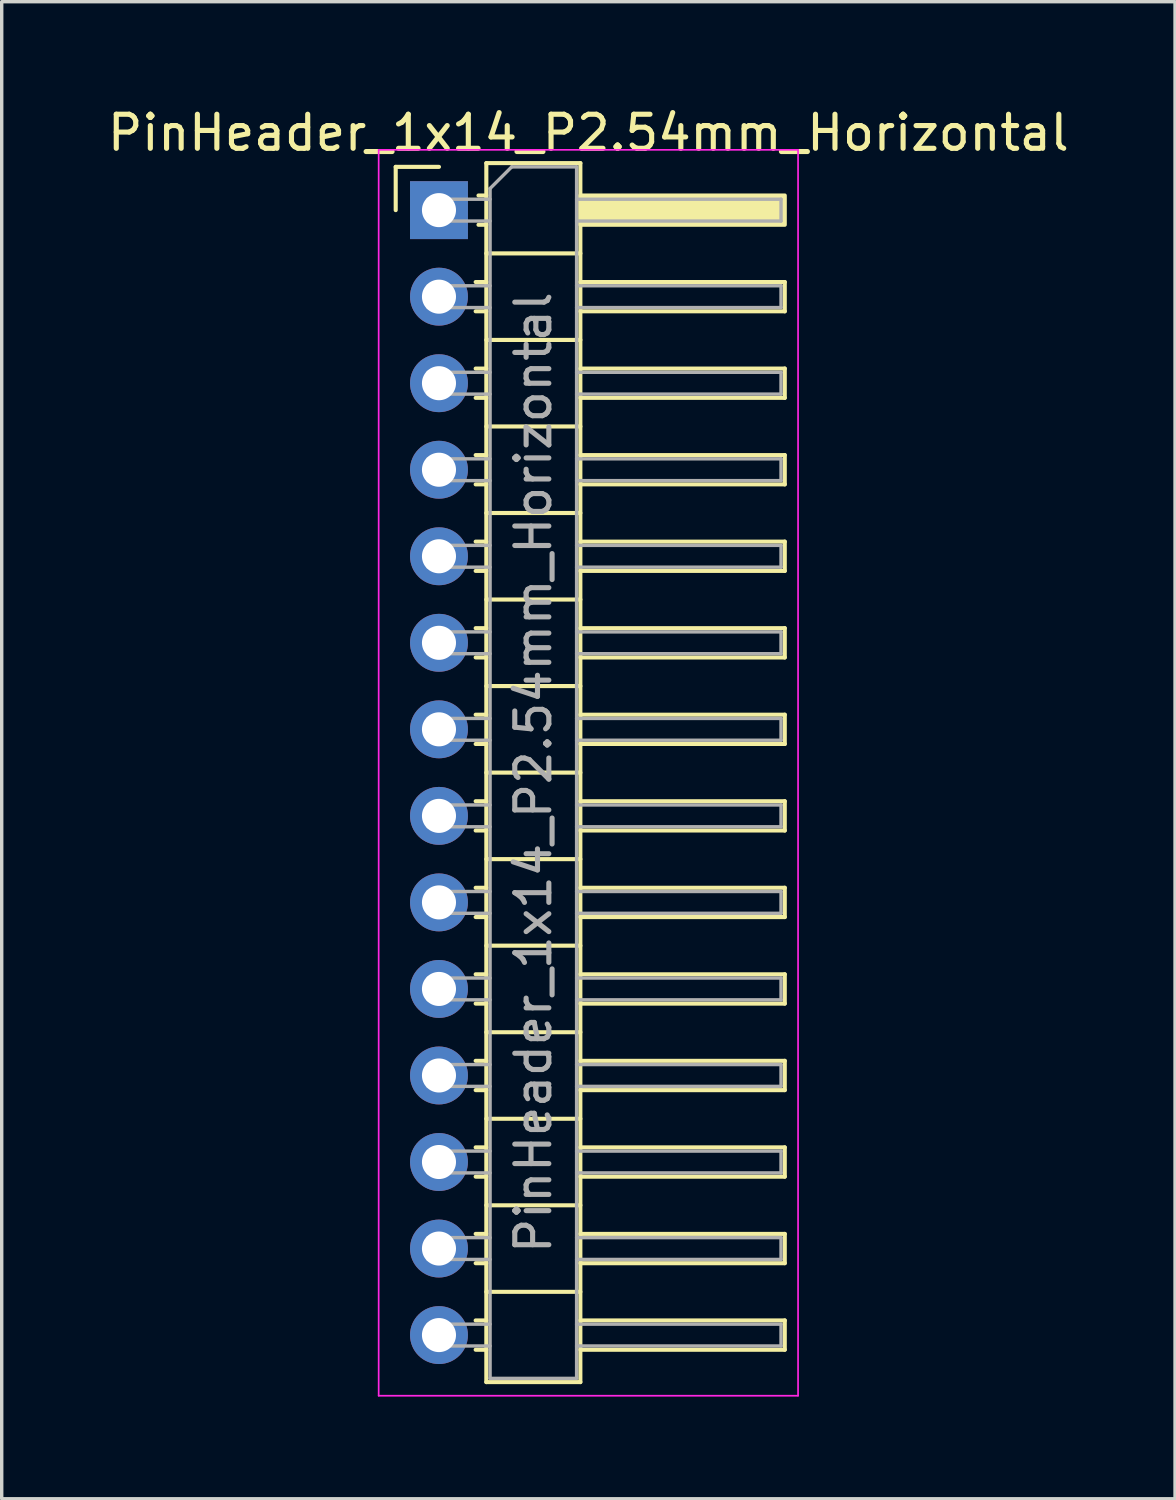
<source format=kicad_pcb>
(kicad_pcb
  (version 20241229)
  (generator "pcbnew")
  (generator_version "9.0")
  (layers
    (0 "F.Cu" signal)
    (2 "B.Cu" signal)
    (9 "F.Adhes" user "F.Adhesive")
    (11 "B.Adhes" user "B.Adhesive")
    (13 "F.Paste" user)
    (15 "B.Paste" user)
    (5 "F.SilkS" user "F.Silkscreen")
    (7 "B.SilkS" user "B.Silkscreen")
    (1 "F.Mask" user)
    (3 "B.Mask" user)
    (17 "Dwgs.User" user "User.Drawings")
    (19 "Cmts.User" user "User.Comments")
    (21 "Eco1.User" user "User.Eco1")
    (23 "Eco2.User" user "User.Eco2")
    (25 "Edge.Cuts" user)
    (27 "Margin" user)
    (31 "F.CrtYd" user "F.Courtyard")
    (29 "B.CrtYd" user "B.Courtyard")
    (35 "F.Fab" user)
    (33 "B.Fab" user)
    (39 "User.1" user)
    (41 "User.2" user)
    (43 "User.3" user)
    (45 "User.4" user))
  (footprint "PinHeader_1x14_P2.54mm_Horizontal"
    (layer "F.Cu")
    (at 9.835 3.118)
    (property "Reference" "PinHeader_1x14_P2.54mm_Horizontal" (at 4.385 -2.27 0) (layer "F.SilkS") (effects (font (size 1 1) (thickness 0.15))))
    (attr through_hole)
    (fp_line (start -1.27 -1.27) (end 0 -1.27) (stroke (width 0.12) (type solid)) (layer "F.SilkS"))
    (fp_line (start -1.27 0) (end -1.27 -1.27) (stroke (width 0.12) (type solid)) (layer "F.SilkS"))
    (fp_line (start 1.077 2.11) (end 1.39 2.11) (stroke (width 0.12) (type solid)) (layer "F.SilkS"))
    (fp_line (start 1.077 2.97) (end 1.39 2.97) (stroke (width 0.12) (type solid)) (layer "F.SilkS"))
    (fp_line (start 1.077 4.65) (end 1.39 4.65) (stroke (width 0.12) (type solid)) (layer "F.SilkS"))
    (fp_line (start 1.077 5.51) (end 1.39 5.51) (stroke (width 0.12) (type solid)) (layer "F.SilkS"))
    (fp_line (start 1.077 7.19) (end 1.39 7.19) (stroke (width 0.12) (type solid)) (layer "F.SilkS"))
    (fp_line (start 1.077 8.05) (end 1.39 8.05) (stroke (width 0.12) (type solid)) (layer "F.SilkS"))
    (fp_line (start 1.077 9.73) (end 1.39 9.73) (stroke (width 0.12) (type solid)) (layer "F.SilkS"))
    (fp_line (start 1.077 10.59) (end 1.39 10.59) (stroke (width 0.12) (type solid)) (layer "F.SilkS"))
    (fp_line (start 1.077 12.27) (end 1.39 12.27) (stroke (width 0.12) (type solid)) (layer "F.SilkS"))
    (fp_line (start 1.077 13.13) (end 1.39 13.13) (stroke (width 0.12) (type solid)) (layer "F.SilkS"))
    (fp_line (start 1.077 14.81) (end 1.39 14.81) (stroke (width 0.12) (type solid)) (layer "F.SilkS"))
    (fp_line (start 1.077 15.67) (end 1.39 15.67) (stroke (width 0.12) (type solid)) (layer "F.SilkS"))
    (fp_line (start 1.077 17.35) (end 1.39 17.35) (stroke (width 0.12) (type solid)) (layer "F.SilkS"))
    (fp_line (start 1.077 18.21) (end 1.39 18.21) (stroke (width 0.12) (type solid)) (layer "F.SilkS"))
    (fp_line (start 1.077 19.89) (end 1.39 19.89) (stroke (width 0.12) (type solid)) (layer "F.SilkS"))
    (fp_line (start 1.077 20.75) (end 1.39 20.75) (stroke (width 0.12) (type solid)) (layer "F.SilkS"))
    (fp_line (start 1.077 22.43) (end 1.39 22.43) (stroke (width 0.12) (type solid)) (layer "F.SilkS"))
    (fp_line (start 1.077 23.29) (end 1.39 23.29) (stroke (width 0.12) (type solid)) (layer "F.SilkS"))
    (fp_line (start 1.077 24.97) (end 1.39 24.97) (stroke (width 0.12) (type solid)) (layer "F.SilkS"))
    (fp_line (start 1.077 25.83) (end 1.39 25.83) (stroke (width 0.12) (type solid)) (layer "F.SilkS"))
    (fp_line (start 1.077 27.51) (end 1.39 27.51) (stroke (width 0.12) (type solid)) (layer "F.SilkS"))
    (fp_line (start 1.077 28.37) (end 1.39 28.37) (stroke (width 0.12) (type solid)) (layer "F.SilkS"))
    (fp_line (start 1.077 30.05) (end 1.39 30.05) (stroke (width 0.12) (type solid)) (layer "F.SilkS"))
    (fp_line (start 1.077 30.91) (end 1.39 30.91) (stroke (width 0.12) (type solid)) (layer "F.SilkS"))
    (fp_line (start 1.077 32.59) (end 1.39 32.59) (stroke (width 0.12) (type solid)) (layer "F.SilkS"))
    (fp_line (start 1.077 33.45) (end 1.39 33.45) (stroke (width 0.12) (type solid)) (layer "F.SilkS"))
    (fp_line (start 1.16 -0.43) (end 1.39 -0.43) (stroke (width 0.12) (type solid)) (layer "F.SilkS"))
    (fp_line (start 1.16 0.43) (end 1.39 0.43) (stroke (width 0.12) (type solid)) (layer "F.SilkS"))
    (fp_line (start 1.39 -1.38) (end 1.39 34.4) (stroke (width 0.12) (type solid)) (layer "F.SilkS"))
    (fp_line (start 1.39 1.27) (end 4.15 1.27) (stroke (width 0.12) (type solid)) (layer "F.SilkS"))
    (fp_line (start 1.39 3.81) (end 4.15 3.81) (stroke (width 0.12) (type solid)) (layer "F.SilkS"))
    (fp_line (start 1.39 6.35) (end 4.15 6.35) (stroke (width 0.12) (type solid)) (layer "F.SilkS"))
    (fp_line (start 1.39 8.89) (end 4.15 8.89) (stroke (width 0.12) (type solid)) (layer "F.SilkS"))
    (fp_line (start 1.39 11.43) (end 4.15 11.43) (stroke (width 0.12) (type solid)) (layer "F.SilkS"))
    (fp_line (start 1.39 13.97) (end 4.15 13.97) (stroke (width 0.12) (type solid)) (layer "F.SilkS"))
    (fp_line (start 1.39 16.51) (end 4.15 16.51) (stroke (width 0.12) (type solid)) (layer "F.SilkS"))
    (fp_line (start 1.39 19.05) (end 4.15 19.05) (stroke (width 0.12) (type solid)) (layer "F.SilkS"))
    (fp_line (start 1.39 21.59) (end 4.15 21.59) (stroke (width 0.12) (type solid)) (layer "F.SilkS"))
    (fp_line (start 1.39 24.13) (end 4.15 24.13) (stroke (width 0.12) (type solid)) (layer "F.SilkS"))
    (fp_line (start 1.39 26.67) (end 4.15 26.67) (stroke (width 0.12) (type solid)) (layer "F.SilkS"))
    (fp_line (start 1.39 29.21) (end 4.15 29.21) (stroke (width 0.12) (type solid)) (layer "F.SilkS"))
    (fp_line (start 1.39 31.75) (end 4.15 31.75) (stroke (width 0.12) (type solid)) (layer "F.SilkS"))
    (fp_line (start 1.39 34.4) (end 4.15 34.4) (stroke (width 0.12) (type solid)) (layer "F.SilkS"))
    (fp_line (start 4.15 -1.38) (end 1.39 -1.38) (stroke (width 0.12) (type solid)) (layer "F.SilkS"))
    (fp_line (start 4.15 2.11) (end 10.15 2.11) (stroke (width 0.12) (type solid)) (layer "F.SilkS"))
    (fp_line (start 4.15 4.65) (end 10.15 4.65) (stroke (width 0.12) (type solid)) (layer "F.SilkS"))
    (fp_line (start 4.15 7.19) (end 10.15 7.19) (stroke (width 0.12) (type solid)) (layer "F.SilkS"))
    (fp_line (start 4.15 9.73) (end 10.15 9.73) (stroke (width 0.12) (type solid)) (layer "F.SilkS"))
    (fp_line (start 4.15 12.27) (end 10.15 12.27) (stroke (width 0.12) (type solid)) (layer "F.SilkS"))
    (fp_line (start 4.15 14.81) (end 10.15 14.81) (stroke (width 0.12) (type solid)) (layer "F.SilkS"))
    (fp_line (start 4.15 17.35) (end 10.15 17.35) (stroke (width 0.12) (type solid)) (layer "F.SilkS"))
    (fp_line (start 4.15 19.89) (end 10.15 19.89) (stroke (width 0.12) (type solid)) (layer "F.SilkS"))
    (fp_line (start 4.15 22.43) (end 10.15 22.43) (stroke (width 0.12) (type solid)) (layer "F.SilkS"))
    (fp_line (start 4.15 24.97) (end 10.15 24.97) (stroke (width 0.12) (type solid)) (layer "F.SilkS"))
    (fp_line (start 4.15 27.51) (end 10.15 27.51) (stroke (width 0.12) (type solid)) (layer "F.SilkS"))
    (fp_line (start 4.15 30.05) (end 10.15 30.05) (stroke (width 0.12) (type solid)) (layer "F.SilkS"))
    (fp_line (start 4.15 32.59) (end 10.15 32.59) (stroke (width 0.12) (type solid)) (layer "F.SilkS"))
    (fp_line (start 4.15 34.4) (end 4.15 -1.38) (stroke (width 0.12) (type solid)) (layer "F.SilkS"))
    (fp_line (start 10.15 2.11) (end 10.15 2.97) (stroke (width 0.12) (type solid)) (layer "F.SilkS"))
    (fp_line (start 10.15 2.97) (end 4.15 2.97) (stroke (width 0.12) (type solid)) (layer "F.SilkS"))
    (fp_line (start 10.15 4.65) (end 10.15 5.51) (stroke (width 0.12) (type solid)) (layer "F.SilkS"))
    (fp_line (start 10.15 5.51) (end 4.15 5.51) (stroke (width 0.12) (type solid)) (layer "F.SilkS"))
    (fp_line (start 10.15 7.19) (end 10.15 8.05) (stroke (width 0.12) (type solid)) (layer "F.SilkS"))
    (fp_line (start 10.15 8.05) (end 4.15 8.05) (stroke (width 0.12) (type solid)) (layer "F.SilkS"))
    (fp_line (start 10.15 9.73) (end 10.15 10.59) (stroke (width 0.12) (type solid)) (layer "F.SilkS"))
    (fp_line (start 10.15 10.59) (end 4.15 10.59) (stroke (width 0.12) (type solid)) (layer "F.SilkS"))
    (fp_line (start 10.15 12.27) (end 10.15 13.13) (stroke (width 0.12) (type solid)) (layer "F.SilkS"))
    (fp_line (start 10.15 13.13) (end 4.15 13.13) (stroke (width 0.12) (type solid)) (layer "F.SilkS"))
    (fp_line (start 10.15 14.81) (end 10.15 15.67) (stroke (width 0.12) (type solid)) (layer "F.SilkS"))
    (fp_line (start 10.15 15.67) (end 4.15 15.67) (stroke (width 0.12) (type solid)) (layer "F.SilkS"))
    (fp_line (start 10.15 17.35) (end 10.15 18.21) (stroke (width 0.12) (type solid)) (layer "F.SilkS"))
    (fp_line (start 10.15 18.21) (end 4.15 18.21) (stroke (width 0.12) (type solid)) (layer "F.SilkS"))
    (fp_line (start 10.15 19.89) (end 10.15 20.75) (stroke (width 0.12) (type solid)) (layer "F.SilkS"))
    (fp_line (start 10.15 20.75) (end 4.15 20.75) (stroke (width 0.12) (type solid)) (layer "F.SilkS"))
    (fp_line (start 10.15 22.43) (end 10.15 23.29) (stroke (width 0.12) (type solid)) (layer "F.SilkS"))
    (fp_line (start 10.15 23.29) (end 4.15 23.29) (stroke (width 0.12) (type solid)) (layer "F.SilkS"))
    (fp_line (start 10.15 24.97) (end 10.15 25.83) (stroke (width 0.12) (type solid)) (layer "F.SilkS"))
    (fp_line (start 10.15 25.83) (end 4.15 25.83) (stroke (width 0.12) (type solid)) (layer "F.SilkS"))
    (fp_line (start 10.15 27.51) (end 10.15 28.37) (stroke (width 0.12) (type solid)) (layer "F.SilkS"))
    (fp_line (start 10.15 28.37) (end 4.15 28.37) (stroke (width 0.12) (type solid)) (layer "F.SilkS"))
    (fp_line (start 10.15 30.05) (end 10.15 30.91) (stroke (width 0.12) (type solid)) (layer "F.SilkS"))
    (fp_line (start 10.15 30.91) (end 4.15 30.91) (stroke (width 0.12) (type solid)) (layer "F.SilkS"))
    (fp_line (start 10.15 32.59) (end 10.15 33.45) (stroke (width 0.12) (type solid)) (layer "F.SilkS"))
    (fp_line (start 10.15 33.45) (end 4.15 33.45) (stroke (width 0.12) (type solid)) (layer "F.SilkS"))
    (fp_rect (start 4.15 -0.43) (end 10.15 0.43) (stroke (width 0.12) (type solid)) (fill yes) (layer "F.SilkS"))
    (fp_line (start -1.77 -1.77) (end -1.77 34.8) (stroke (width 0.05) (type solid)) (layer "F.CrtYd"))
    (fp_line (start -1.77 34.8) (end 10.54 34.8) (stroke (width 0.05) (type solid)) (layer "F.CrtYd"))
    (fp_line (start 10.54 -1.77) (end -1.77 -1.77) (stroke (width 0.05) (type solid)) (layer "F.CrtYd"))
    (fp_line (start 10.54 34.8) (end 10.54 -1.77) (stroke (width 0.05) (type solid)) (layer "F.CrtYd"))
    (fp_line (start -0.32 -0.32) (end -0.32 0.32) (stroke (width 0.1) (type solid)) (layer "F.Fab"))
    (fp_line (start -0.32 -0.32) (end 1.5 -0.32) (stroke (width 0.1) (type solid)) (layer "F.Fab"))
    (fp_line (start -0.32 0.32) (end 1.5 0.32) (stroke (width 0.1) (type solid)) (layer "F.Fab"))
    (fp_line (start -0.32 2.22) (end -0.32 2.86) (stroke (width 0.1) (type solid)) (layer "F.Fab"))
    (fp_line (start -0.32 2.22) (end 1.5 2.22) (stroke (width 0.1) (type solid)) (layer "F.Fab"))
    (fp_line (start -0.32 2.86) (end 1.5 2.86) (stroke (width 0.1) (type solid)) (layer "F.Fab"))
    (fp_line (start -0.32 4.76) (end -0.32 5.4) (stroke (width 0.1) (type solid)) (layer "F.Fab"))
    (fp_line (start -0.32 4.76) (end 1.5 4.76) (stroke (width 0.1) (type solid)) (layer "F.Fab"))
    (fp_line (start -0.32 5.4) (end 1.5 5.4) (stroke (width 0.1) (type solid)) (layer "F.Fab"))
    (fp_line (start -0.32 7.3) (end -0.32 7.94) (stroke (width 0.1) (type solid)) (layer "F.Fab"))
    (fp_line (start -0.32 7.3) (end 1.5 7.3) (stroke (width 0.1) (type solid)) (layer "F.Fab"))
    (fp_line (start -0.32 7.94) (end 1.5 7.94) (stroke (width 0.1) (type solid)) (layer "F.Fab"))
    (fp_line (start -0.32 9.84) (end -0.32 10.48) (stroke (width 0.1) (type solid)) (layer "F.Fab"))
    (fp_line (start -0.32 9.84) (end 1.5 9.84) (stroke (width 0.1) (type solid)) (layer "F.Fab"))
    (fp_line (start -0.32 10.48) (end 1.5 10.48) (stroke (width 0.1) (type solid)) (layer "F.Fab"))
    (fp_line (start -0.32 12.38) (end -0.32 13.02) (stroke (width 0.1) (type solid)) (layer "F.Fab"))
    (fp_line (start -0.32 12.38) (end 1.5 12.38) (stroke (width 0.1) (type solid)) (layer "F.Fab"))
    (fp_line (start -0.32 13.02) (end 1.5 13.02) (stroke (width 0.1) (type solid)) (layer "F.Fab"))
    (fp_line (start -0.32 14.92) (end -0.32 15.56) (stroke (width 0.1) (type solid)) (layer "F.Fab"))
    (fp_line (start -0.32 14.92) (end 1.5 14.92) (stroke (width 0.1) (type solid)) (layer "F.Fab"))
    (fp_line (start -0.32 15.56) (end 1.5 15.56) (stroke (width 0.1) (type solid)) (layer "F.Fab"))
    (fp_line (start -0.32 17.46) (end -0.32 18.1) (stroke (width 0.1) (type solid)) (layer "F.Fab"))
    (fp_line (start -0.32 17.46) (end 1.5 17.46) (stroke (width 0.1) (type solid)) (layer "F.Fab"))
    (fp_line (start -0.32 18.1) (end 1.5 18.1) (stroke (width 0.1) (type solid)) (layer "F.Fab"))
    (fp_line (start -0.32 20) (end -0.32 20.64) (stroke (width 0.1) (type solid)) (layer "F.Fab"))
    (fp_line (start -0.32 20) (end 1.5 20) (stroke (width 0.1) (type solid)) (layer "F.Fab"))
    (fp_line (start -0.32 20.64) (end 1.5 20.64) (stroke (width 0.1) (type solid)) (layer "F.Fab"))
    (fp_line (start -0.32 22.54) (end -0.32 23.18) (stroke (width 0.1) (type solid)) (layer "F.Fab"))
    (fp_line (start -0.32 22.54) (end 1.5 22.54) (stroke (width 0.1) (type solid)) (layer "F.Fab"))
    (fp_line (start -0.32 23.18) (end 1.5 23.18) (stroke (width 0.1) (type solid)) (layer "F.Fab"))
    (fp_line (start -0.32 25.08) (end -0.32 25.72) (stroke (width 0.1) (type solid)) (layer "F.Fab"))
    (fp_line (start -0.32 25.08) (end 1.5 25.08) (stroke (width 0.1) (type solid)) (layer "F.Fab"))
    (fp_line (start -0.32 25.72) (end 1.5 25.72) (stroke (width 0.1) (type solid)) (layer "F.Fab"))
    (fp_line (start -0.32 27.62) (end -0.32 28.26) (stroke (width 0.1) (type solid)) (layer "F.Fab"))
    (fp_line (start -0.32 27.62) (end 1.5 27.62) (stroke (width 0.1) (type solid)) (layer "F.Fab"))
    (fp_line (start -0.32 28.26) (end 1.5 28.26) (stroke (width 0.1) (type solid)) (layer "F.Fab"))
    (fp_line (start -0.32 30.16) (end -0.32 30.8) (stroke (width 0.1) (type solid)) (layer "F.Fab"))
    (fp_line (start -0.32 30.16) (end 1.5 30.16) (stroke (width 0.1) (type solid)) (layer "F.Fab"))
    (fp_line (start -0.32 30.8) (end 1.5 30.8) (stroke (width 0.1) (type solid)) (layer "F.Fab"))
    (fp_line (start -0.32 32.7) (end -0.32 33.34) (stroke (width 0.1) (type solid)) (layer "F.Fab"))
    (fp_line (start -0.32 32.7) (end 1.5 32.7) (stroke (width 0.1) (type solid)) (layer "F.Fab"))
    (fp_line (start -0.32 33.34) (end 1.5 33.34) (stroke (width 0.1) (type solid)) (layer "F.Fab"))
    (fp_line (start 1.5 -0.635) (end 2.135 -1.27) (stroke (width 0.1) (type solid)) (layer "F.Fab"))
    (fp_line (start 1.5 34.29) (end 1.5 -0.635) (stroke (width 0.1) (type solid)) (layer "F.Fab"))
    (fp_line (start 2.135 -1.27) (end 4.04 -1.27) (stroke (width 0.1) (type solid)) (layer "F.Fab"))
    (fp_line (start 4.04 -1.27) (end 4.04 34.29) (stroke (width 0.1) (type solid)) (layer "F.Fab"))
    (fp_line (start 4.04 -0.32) (end 10.04 -0.32) (stroke (width 0.1) (type solid)) (layer "F.Fab"))
    (fp_line (start 4.04 0.32) (end 10.04 0.32) (stroke (width 0.1) (type solid)) (layer "F.Fab"))
    (fp_line (start 4.04 2.22) (end 10.04 2.22) (stroke (width 0.1) (type solid)) (layer "F.Fab"))
    (fp_line (start 4.04 2.86) (end 10.04 2.86) (stroke (width 0.1) (type solid)) (layer "F.Fab"))
    (fp_line (start 4.04 4.76) (end 10.04 4.76) (stroke (width 0.1) (type solid)) (layer "F.Fab"))
    (fp_line (start 4.04 5.4) (end 10.04 5.4) (stroke (width 0.1) (type solid)) (layer "F.Fab"))
    (fp_line (start 4.04 7.3) (end 10.04 7.3) (stroke (width 0.1) (type solid)) (layer "F.Fab"))
    (fp_line (start 4.04 7.94) (end 10.04 7.94) (stroke (width 0.1) (type solid)) (layer "F.Fab"))
    (fp_line (start 4.04 9.84) (end 10.04 9.84) (stroke (width 0.1) (type solid)) (layer "F.Fab"))
    (fp_line (start 4.04 10.48) (end 10.04 10.48) (stroke (width 0.1) (type solid)) (layer "F.Fab"))
    (fp_line (start 4.04 12.38) (end 10.04 12.38) (stroke (width 0.1) (type solid)) (layer "F.Fab"))
    (fp_line (start 4.04 13.02) (end 10.04 13.02) (stroke (width 0.1) (type solid)) (layer "F.Fab"))
    (fp_line (start 4.04 14.92) (end 10.04 14.92) (stroke (width 0.1) (type solid)) (layer "F.Fab"))
    (fp_line (start 4.04 15.56) (end 10.04 15.56) (stroke (width 0.1) (type solid)) (layer "F.Fab"))
    (fp_line (start 4.04 17.46) (end 10.04 17.46) (stroke (width 0.1) (type solid)) (layer "F.Fab"))
    (fp_line (start 4.04 18.1) (end 10.04 18.1) (stroke (width 0.1) (type solid)) (layer "F.Fab"))
    (fp_line (start 4.04 20) (end 10.04 20) (stroke (width 0.1) (type solid)) (layer "F.Fab"))
    (fp_line (start 4.04 20.64) (end 10.04 20.64) (stroke (width 0.1) (type solid)) (layer "F.Fab"))
    (fp_line (start 4.04 22.54) (end 10.04 22.54) (stroke (width 0.1) (type solid)) (layer "F.Fab"))
    (fp_line (start 4.04 23.18) (end 10.04 23.18) (stroke (width 0.1) (type solid)) (layer "F.Fab"))
    (fp_line (start 4.04 25.08) (end 10.04 25.08) (stroke (width 0.1) (type solid)) (layer "F.Fab"))
    (fp_line (start 4.04 25.72) (end 10.04 25.72) (stroke (width 0.1) (type solid)) (layer "F.Fab"))
    (fp_line (start 4.04 27.62) (end 10.04 27.62) (stroke (width 0.1) (type solid)) (layer "F.Fab"))
    (fp_line (start 4.04 28.26) (end 10.04 28.26) (stroke (width 0.1) (type solid)) (layer "F.Fab"))
    (fp_line (start 4.04 30.16) (end 10.04 30.16) (stroke (width 0.1) (type solid)) (layer "F.Fab"))
    (fp_line (start 4.04 30.8) (end 10.04 30.8) (stroke (width 0.1) (type solid)) (layer "F.Fab"))
    (fp_line (start 4.04 32.7) (end 10.04 32.7) (stroke (width 0.1) (type solid)) (layer "F.Fab"))
    (fp_line (start 4.04 33.34) (end 10.04 33.34) (stroke (width 0.1) (type solid)) (layer "F.Fab"))
    (fp_line (start 4.04 34.29) (end 1.5 34.29) (stroke (width 0.1) (type solid)) (layer "F.Fab"))
    (fp_line (start 10.04 -0.32) (end 10.04 0.32) (stroke (width 0.1) (type solid)) (layer "F.Fab"))
    (fp_line (start 10.04 2.22) (end 10.04 2.86) (stroke (width 0.1) (type solid)) (layer "F.Fab"))
    (fp_line (start 10.04 4.76) (end 10.04 5.4) (stroke (width 0.1) (type solid)) (layer "F.Fab"))
    (fp_line (start 10.04 7.3) (end 10.04 7.94) (stroke (width 0.1) (type solid)) (layer "F.Fab"))
    (fp_line (start 10.04 9.84) (end 10.04 10.48) (stroke (width 0.1) (type solid)) (layer "F.Fab"))
    (fp_line (start 10.04 12.38) (end 10.04 13.02) (stroke (width 0.1) (type solid)) (layer "F.Fab"))
    (fp_line (start 10.04 14.92) (end 10.04 15.56) (stroke (width 0.1) (type solid)) (layer "F.Fab"))
    (fp_line (start 10.04 17.46) (end 10.04 18.1) (stroke (width 0.1) (type solid)) (layer "F.Fab"))
    (fp_line (start 10.04 20) (end 10.04 20.64) (stroke (width 0.1) (type solid)) (layer "F.Fab"))
    (fp_line (start 10.04 22.54) (end 10.04 23.18) (stroke (width 0.1) (type solid)) (layer "F.Fab"))
    (fp_line (start 10.04 25.08) (end 10.04 25.72) (stroke (width 0.1) (type solid)) (layer "F.Fab"))
    (fp_line (start 10.04 27.62) (end 10.04 28.26) (stroke (width 0.1) (type solid)) (layer "F.Fab"))
    (fp_line (start 10.04 30.16) (end 10.04 30.8) (stroke (width 0.1) (type solid)) (layer "F.Fab"))
    (fp_line (start 10.04 32.7) (end 10.04 33.34) (stroke (width 0.1) (type solid)) (layer "F.Fab"))
    (fp_text user "${REFERENCE}" (at 2.77 16.51 90) (layer "F.Fab") (effects (font (size 1 1) (thickness 0.15))))
    (pad "1" thru_hole rect (at 0 0) (size 1.7 1.7) (drill 1) (layers "*.Cu" "*.Mask"))
    (pad "2" thru_hole circle (at 0 2.54) (size 1.7 1.7) (drill 1) (layers "*.Cu" "*.Mask"))
    (pad "3" thru_hole circle (at 0 5.08) (size 1.7 1.7) (drill 1) (layers "*.Cu" "*.Mask"))
    (pad "4" thru_hole circle (at 0 7.62) (size 1.7 1.7) (drill 1) (layers "*.Cu" "*.Mask"))
    (pad "5" thru_hole circle (at 0 10.16) (size 1.7 1.7) (drill 1) (layers "*.Cu" "*.Mask"))
    (pad "6" thru_hole circle (at 0 12.7) (size 1.7 1.7) (drill 1) (layers "*.Cu" "*.Mask"))
    (pad "7" thru_hole circle (at 0 15.24) (size 1.7 1.7) (drill 1) (layers "*.Cu" "*.Mask"))
    (pad "8" thru_hole circle (at 0 17.78) (size 1.7 1.7) (drill 1) (layers "*.Cu" "*.Mask"))
    (pad "9" thru_hole circle (at 0 20.32) (size 1.7 1.7) (drill 1) (layers "*.Cu" "*.Mask"))
    (pad "10" thru_hole circle (at 0 22.86) (size 1.7 1.7) (drill 1) (layers "*.Cu" "*.Mask"))
    (pad "11" thru_hole circle (at 0 25.4) (size 1.7 1.7) (drill 1) (layers "*.Cu" "*.Mask"))
    (pad "12" thru_hole circle (at 0 27.94) (size 1.7 1.7) (drill 1) (layers "*.Cu" "*.Mask"))
    (pad "13" thru_hole circle (at 0 30.48) (size 1.7 1.7) (drill 1) (layers "*.Cu" "*.Mask"))
    (pad "14" thru_hole circle (at 0 33.02) (size 1.7 1.7) (drill 1) (layers "*.Cu" "*.Mask")))
  (gr_rect
    (start -3 -3)
    (end 31.44 40.943)
    (stroke (width 0.1) (type default))
    (fill no)
    (layer "Edge.Cuts")))
</source>
